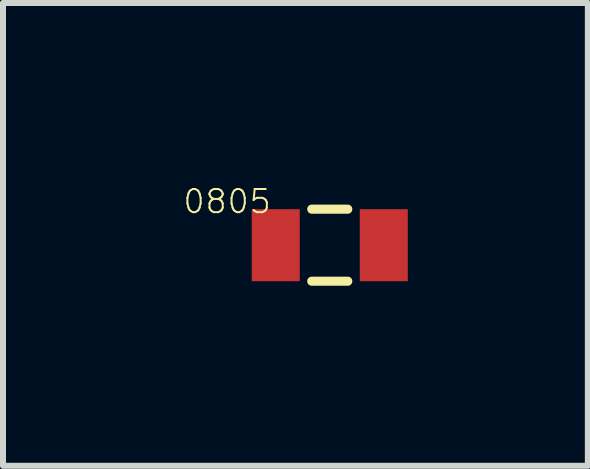
<source format=kicad_pcb>
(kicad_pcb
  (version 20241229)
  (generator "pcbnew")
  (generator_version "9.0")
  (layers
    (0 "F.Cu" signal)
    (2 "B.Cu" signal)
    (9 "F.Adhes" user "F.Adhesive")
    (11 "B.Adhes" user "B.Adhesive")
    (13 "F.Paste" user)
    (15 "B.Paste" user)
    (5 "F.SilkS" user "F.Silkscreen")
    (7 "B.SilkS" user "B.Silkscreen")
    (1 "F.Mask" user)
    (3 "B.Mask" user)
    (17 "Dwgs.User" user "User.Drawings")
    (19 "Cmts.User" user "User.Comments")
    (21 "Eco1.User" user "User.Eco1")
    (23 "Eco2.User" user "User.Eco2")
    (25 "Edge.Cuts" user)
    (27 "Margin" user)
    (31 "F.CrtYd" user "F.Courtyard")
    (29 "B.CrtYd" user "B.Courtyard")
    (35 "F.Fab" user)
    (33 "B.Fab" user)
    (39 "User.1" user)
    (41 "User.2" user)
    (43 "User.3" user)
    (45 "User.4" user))
  (footprint "0805"
    (layer "F.Cu")
    (at 2.444 1.035)
    (property "Reference" "0805" (at -0.953 -0.953 0) (layer "F.SilkS") (effects (font (size 0.386 0.386) (thickness 0.033)) (justify right top)))
    (attr through_hole)
    (fp_line (start -0.3 -0.6) (end 0.3 -0.6) (stroke (width 0.152) (type solid)) (layer "F.SilkS"))
    (fp_line (start -0.3 0.6) (end 0.3 0.6) (stroke (width 0.152) (type solid)) (layer "F.SilkS"))
    (pad "P$1" smd rect (at -0.9 0) (size 0.8 1.2) (layers "F.Cu" "F.Mask" "F.Paste"))
    (pad "P$2" smd rect (at 0.9 0) (size 0.8 1.2) (layers "F.Cu" "F.Mask" "F.Paste")))
  (gr_rect
    (start -3 -3)
    (end 6.744 4.711)
    (stroke (width 0.1) (type default))
    (fill no)
    (layer "Edge.Cuts")))
</source>
